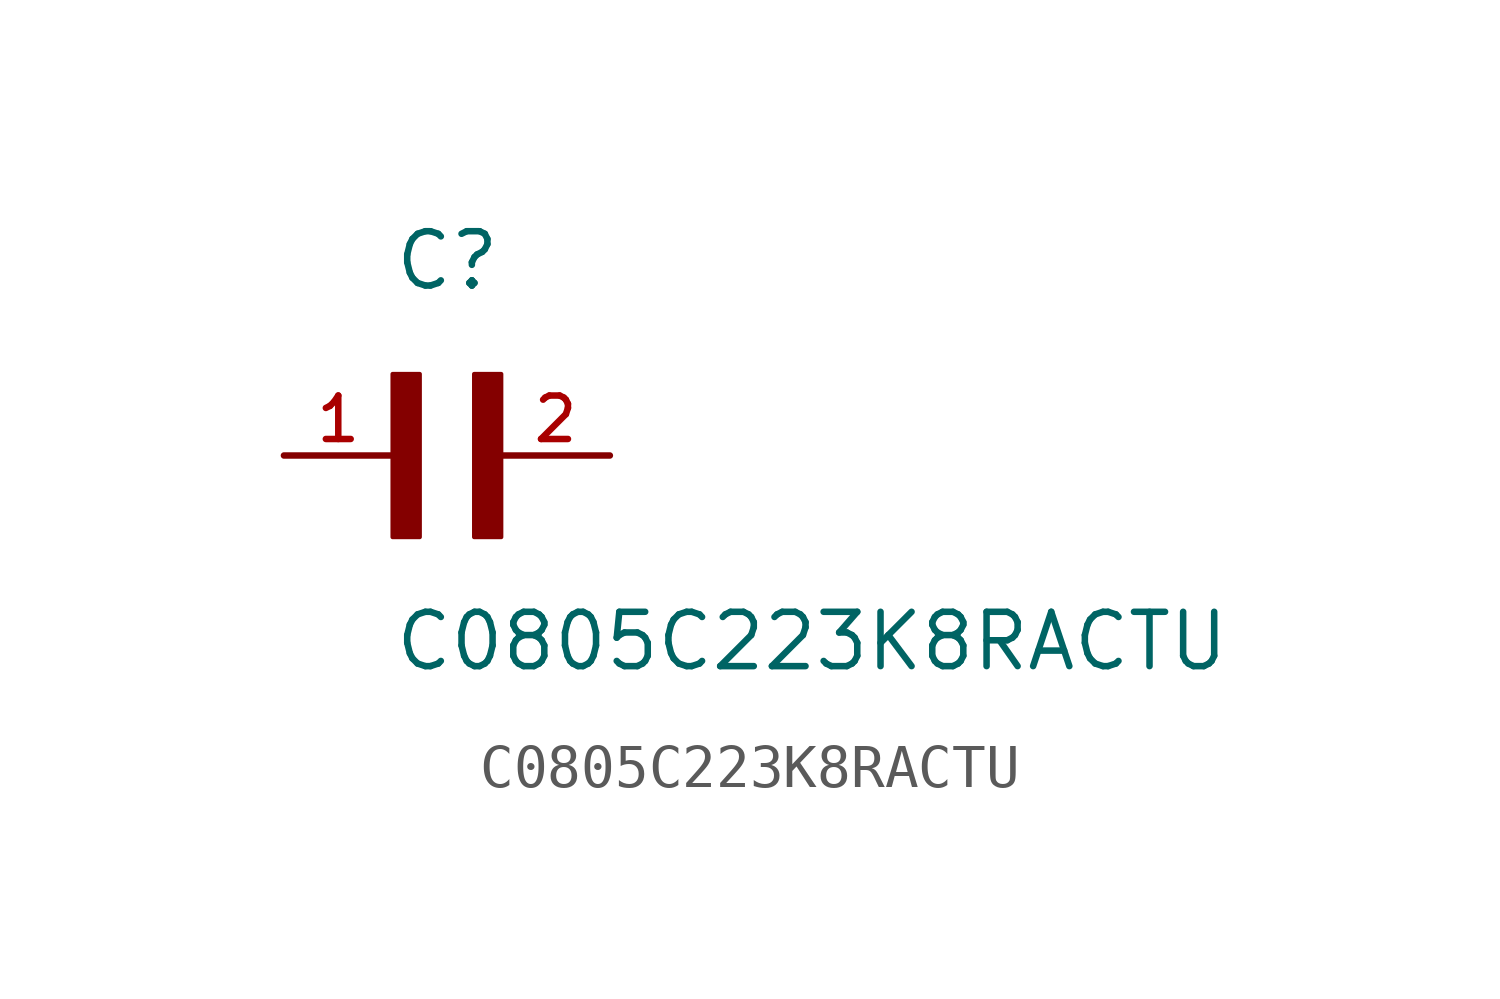
<source format=kicad_sym>
(kicad_symbol_lib
  (version 20211014)
  (generator kicad_symbol_editor)
  (symbol "C0805C223K8RACTU"
    (pin_names
      (offset 1.016))
    (property "Reference" "C"
      (at 0.0 3.811 0)
      (effects (font (size 1.27 1.27)) (justify bottom left)))
    (property "Value" "C0805C223K8RACTU"
      (at 0.0 -5.088 0)
      (effects (font (size 1.27 1.27)) (justify bottom left)))
    (symbol "C0805C223K8RACTU_0_0"
      (rectangle (start 0.0 -1.907) (end 0.635 1.905) (stroke (width 0.1)) (fill (type outline)))
      (rectangle (start 1.907 -1.907) (end 2.54 1.905) (stroke (width 0.1)) (fill (type outline)))
      (pin passive line (at 5.08 0.0 180.0) (length 2.54) (name "~" (effects (font (size 1.016 1.016)))) (number "2" (effects (font (size 1.016 1.016)))))
      (pin passive line (at -2.54 0.0 0) (length 2.54) (name "~" (effects (font (size 1.016 1.016)))) (number "1" (effects (font (size 1.016 1.016))))))))
</source>
